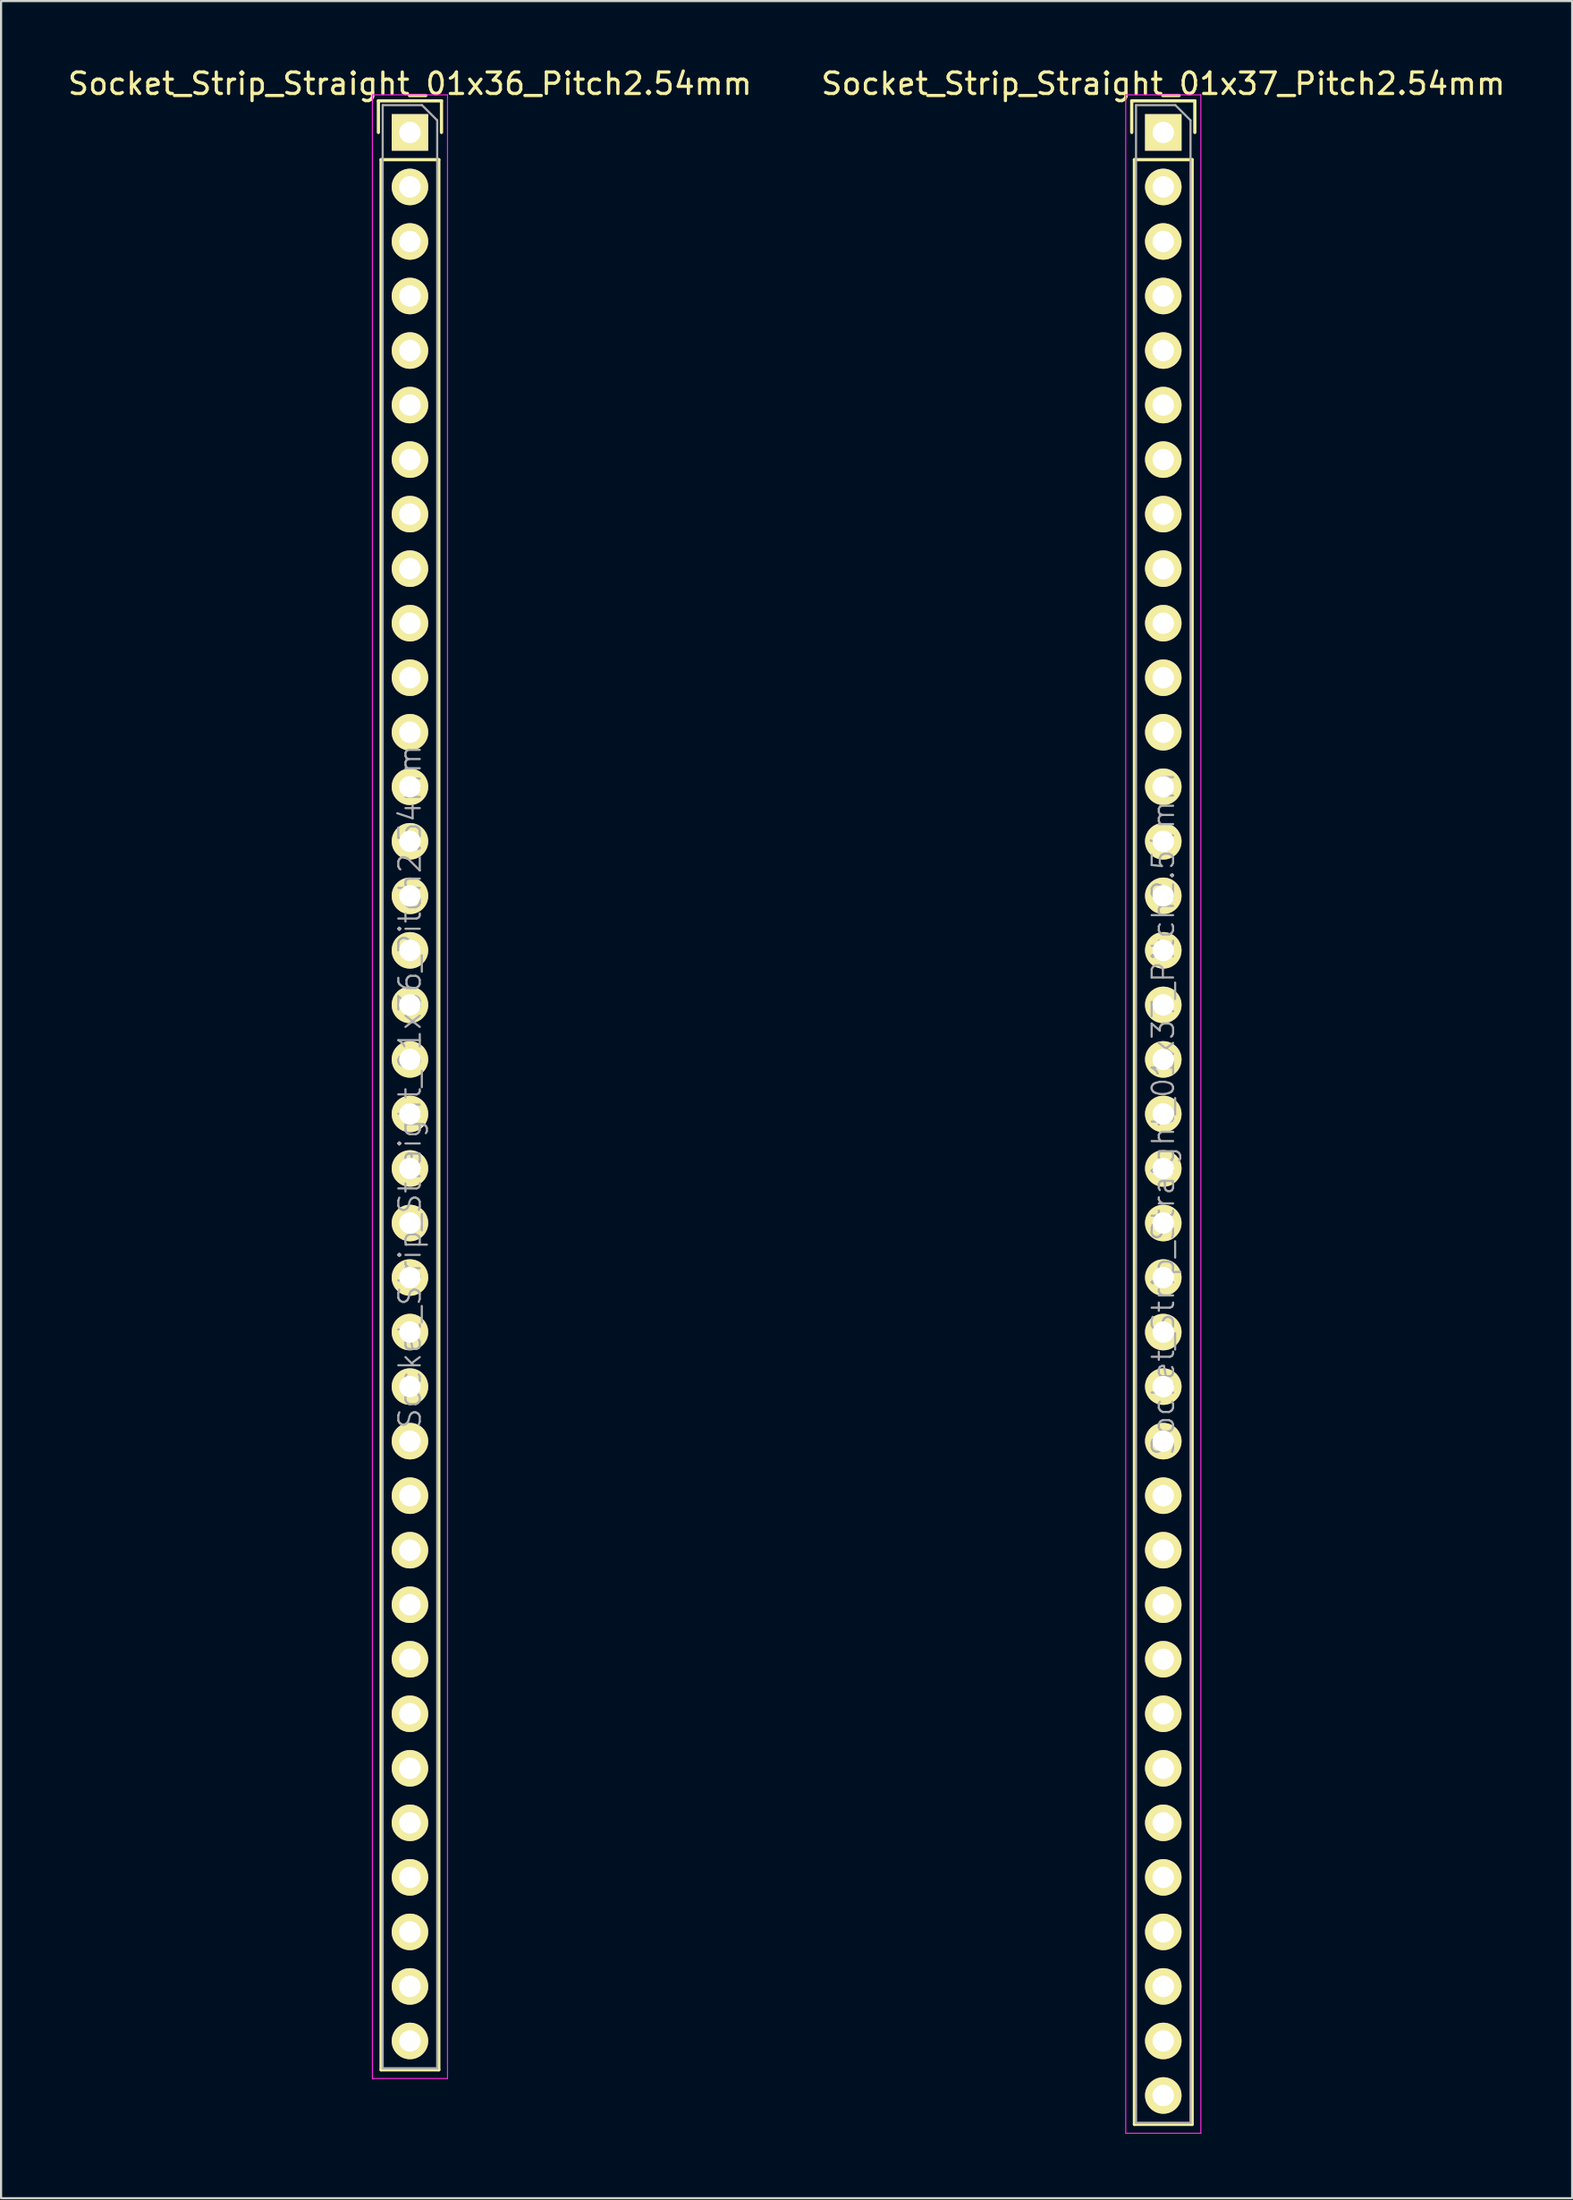
<source format=kicad_pcb>
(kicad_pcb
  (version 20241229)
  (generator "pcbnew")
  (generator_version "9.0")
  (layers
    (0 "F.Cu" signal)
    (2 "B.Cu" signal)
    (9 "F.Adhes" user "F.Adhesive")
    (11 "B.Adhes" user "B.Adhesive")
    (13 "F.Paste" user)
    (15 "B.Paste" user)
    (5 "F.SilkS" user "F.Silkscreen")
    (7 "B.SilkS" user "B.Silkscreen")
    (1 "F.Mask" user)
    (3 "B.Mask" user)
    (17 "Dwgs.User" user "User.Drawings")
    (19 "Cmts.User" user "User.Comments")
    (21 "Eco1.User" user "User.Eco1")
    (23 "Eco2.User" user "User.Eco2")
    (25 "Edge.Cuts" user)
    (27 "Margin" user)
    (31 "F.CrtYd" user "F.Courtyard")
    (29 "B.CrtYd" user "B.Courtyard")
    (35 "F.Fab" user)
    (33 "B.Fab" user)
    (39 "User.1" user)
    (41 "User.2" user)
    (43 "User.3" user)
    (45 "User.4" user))
  (footprint "Socket_Strip_Straight_01x36_Pitch2.54mm"
    (layer "F.Cu")
    (at 16.054 3.118)
    (property "Reference" "Socket_Strip_Straight_01x36_Pitch2.54mm" (at 0 -2.27 0) (layer "F.SilkS") (effects (font (size 1 1) (thickness 0.15))))
    (attr smd)
    (fp_line (start -1.47 -1.47) (end -1.47 0) (stroke (width 0.15) (type solid)) (layer "F.SilkS"))
    (fp_line (start -1.47 -1.47) (end 1.47 -1.47) (stroke (width 0.15) (type solid)) (layer "F.SilkS"))
    (fp_line (start -1.345 1.27) (end -1.345 90.245) (stroke (width 0.15) (type solid)) (layer "F.SilkS"))
    (fp_line (start -1.345 1.27) (end 1.345 1.27) (stroke (width 0.15) (type solid)) (layer "F.SilkS"))
    (fp_line (start -1.345 90.245) (end 1.345 90.245) (stroke (width 0.15) (type solid)) (layer "F.SilkS"))
    (fp_line (start 1.345 1.27) (end 1.345 90.245) (stroke (width 0.15) (type solid)) (layer "F.SilkS"))
    (fp_line (start 1.47 -1.47) (end 1.47 0) (stroke (width 0.15) (type solid)) (layer "F.SilkS"))
    (fp_line (start -1.75 -1.75) (end -1.75 90.65) (stroke (width 0.05) (type solid)) (layer "F.CrtYd"))
    (fp_line (start 1.75 -1.75) (end -1.75 -1.75) (stroke (width 0.05) (type solid)) (layer "F.CrtYd"))
    (fp_line (start 1.75 -1.75) (end 1.75 90.65) (stroke (width 0.05) (type solid)) (layer "F.CrtYd"))
    (fp_line (start 1.75 90.65) (end -1.75 90.65) (stroke (width 0.05) (type solid)) (layer "F.CrtYd"))
    (fp_line (start -1.27 -1.27) (end 0.563 -1.27) (stroke (width 0.1) (type solid)) (layer "F.Fab"))
    (fp_line (start -1.27 90.17) (end -1.27 -1.27) (stroke (width 0.1) (type solid)) (layer "F.Fab"))
    (fp_line (start -1.27 90.17) (end 1.27 90.17) (stroke (width 0.1) (type solid)) (layer "F.Fab"))
    (fp_line (start 1.27 -0.563) (end 0.563 -1.27) (stroke (width 0.1) (type solid)) (layer "F.Fab"))
    (fp_line (start 1.27 90.17) (end 1.27 -0.563) (stroke (width 0.1) (type solid)) (layer "F.Fab"))
    (fp_text user "${REFERENCE}" (at 0 44.45 90) (layer "F.Fab") (effects (font (size 1 1) (thickness 0.1))))
    (pad "1" thru_hole rect (at 0 0) (size 1.7 1.7) (drill 1) (layers "*.Cu" "*.Mask" "F.SilkS"))
    (pad "2" thru_hole oval (at 0 2.54) (size 1.7 1.7) (drill 1) (layers "*.Cu" "*.Mask" "F.SilkS"))
    (pad "3" thru_hole oval (at 0 5.08) (size 1.7 1.7) (drill 1) (layers "*.Cu" "*.Mask" "F.SilkS"))
    (pad "4" thru_hole oval (at 0 7.62) (size 1.7 1.7) (drill 1) (layers "*.Cu" "*.Mask" "F.SilkS"))
    (pad "5" thru_hole oval (at 0 10.16) (size 1.7 1.7) (drill 1) (layers "*.Cu" "*.Mask" "F.SilkS"))
    (pad "6" thru_hole oval (at 0 12.7) (size 1.7 1.7) (drill 1) (layers "*.Cu" "*.Mask" "F.SilkS"))
    (pad "7" thru_hole oval (at 0 15.24) (size 1.7 1.7) (drill 1) (layers "*.Cu" "*.Mask" "F.SilkS"))
    (pad "8" thru_hole oval (at 0 17.78) (size 1.7 1.7) (drill 1) (layers "*.Cu" "*.Mask" "F.SilkS"))
    (pad "9" thru_hole oval (at 0 20.32) (size 1.7 1.7) (drill 1) (layers "*.Cu" "*.Mask" "F.SilkS"))
    (pad "10" thru_hole oval (at 0 22.86) (size 1.7 1.7) (drill 1) (layers "*.Cu" "*.Mask" "F.SilkS"))
    (pad "11" thru_hole oval (at 0 25.4) (size 1.7 1.7) (drill 1) (layers "*.Cu" "*.Mask" "F.SilkS"))
    (pad "12" thru_hole oval (at 0 27.94) (size 1.7 1.7) (drill 1) (layers "*.Cu" "*.Mask" "F.SilkS"))
    (pad "13" thru_hole oval (at 0 30.48) (size 1.7 1.7) (drill 1) (layers "*.Cu" "*.Mask" "F.SilkS"))
    (pad "14" thru_hole oval (at 0 33.02) (size 1.7 1.7) (drill 1) (layers "*.Cu" "*.Mask" "F.SilkS"))
    (pad "15" thru_hole oval (at 0 35.56) (size 1.7 1.7) (drill 1) (layers "*.Cu" "*.Mask" "F.SilkS"))
    (pad "16" thru_hole oval (at 0 38.1) (size 1.7 1.7) (drill 1) (layers "*.Cu" "*.Mask" "F.SilkS"))
    (pad "17" thru_hole oval (at 0 40.64) (size 1.7 1.7) (drill 1) (layers "*.Cu" "*.Mask" "F.SilkS"))
    (pad "18" thru_hole oval (at 0 43.18) (size 1.7 1.7) (drill 1) (layers "*.Cu" "*.Mask" "F.SilkS"))
    (pad "19" thru_hole oval (at 0 45.72) (size 1.7 1.7) (drill 1) (layers "*.Cu" "*.Mask" "F.SilkS"))
    (pad "20" thru_hole oval (at 0 48.26) (size 1.7 1.7) (drill 1) (layers "*.Cu" "*.Mask" "F.SilkS"))
    (pad "21" thru_hole oval (at 0 50.8) (size 1.7 1.7) (drill 1) (layers "*.Cu" "*.Mask" "F.SilkS"))
    (pad "22" thru_hole oval (at 0 53.34) (size 1.7 1.7) (drill 1) (layers "*.Cu" "*.Mask" "F.SilkS"))
    (pad "23" thru_hole oval (at 0 55.88) (size 1.7 1.7) (drill 1) (layers "*.Cu" "*.Mask" "F.SilkS"))
    (pad "24" thru_hole oval (at 0 58.42) (size 1.7 1.7) (drill 1) (layers "*.Cu" "*.Mask" "F.SilkS"))
    (pad "25" thru_hole oval (at 0 60.96) (size 1.7 1.7) (drill 1) (layers "*.Cu" "*.Mask" "F.SilkS"))
    (pad "26" thru_hole oval (at 0 63.5) (size 1.7 1.7) (drill 1) (layers "*.Cu" "*.Mask" "F.SilkS"))
    (pad "27" thru_hole oval (at 0 66.04) (size 1.7 1.7) (drill 1) (layers "*.Cu" "*.Mask" "F.SilkS"))
    (pad "28" thru_hole oval (at 0 68.58) (size 1.7 1.7) (drill 1) (layers "*.Cu" "*.Mask" "F.SilkS"))
    (pad "29" thru_hole oval (at 0 71.12) (size 1.7 1.7) (drill 1) (layers "*.Cu" "*.Mask" "F.SilkS"))
    (pad "30" thru_hole oval (at 0 73.66) (size 1.7 1.7) (drill 1) (layers "*.Cu" "*.Mask" "F.SilkS"))
    (pad "31" thru_hole oval (at 0 76.2) (size 1.7 1.7) (drill 1) (layers "*.Cu" "*.Mask" "F.SilkS"))
    (pad "32" thru_hole oval (at 0 78.74) (size 1.7 1.7) (drill 1) (layers "*.Cu" "*.Mask" "F.SilkS"))
    (pad "33" thru_hole oval (at 0 81.28) (size 1.7 1.7) (drill 1) (layers "*.Cu" "*.Mask" "F.SilkS"))
    (pad "34" thru_hole oval (at 0 83.82) (size 1.7 1.7) (drill 1) (layers "*.Cu" "*.Mask" "F.SilkS"))
    (pad "35" thru_hole oval (at 0 86.36) (size 1.7 1.7) (drill 1) (layers "*.Cu" "*.Mask" "F.SilkS"))
    (pad "36" thru_hole oval (at 0 88.9) (size 1.7 1.7) (drill 1) (layers "*.Cu" "*.Mask" "F.SilkS")))
  (footprint "Socket_Strip_Straight_01x37_Pitch2.54mm"
    (layer "F.Cu")
    (at 51.161 3.118)
    (property "Reference" "Socket_Strip_Straight_01x37_Pitch2.54mm" (at 0 -2.27 0) (layer "F.SilkS") (effects (font (size 1 1) (thickness 0.15))))
    (attr smd)
    (fp_line (start -1.47 -1.47) (end -1.47 0) (stroke (width 0.15) (type solid)) (layer "F.SilkS"))
    (fp_line (start -1.47 -1.47) (end 1.47 -1.47) (stroke (width 0.15) (type solid)) (layer "F.SilkS"))
    (fp_line (start -1.345 1.27) (end -1.345 92.785) (stroke (width 0.15) (type solid)) (layer "F.SilkS"))
    (fp_line (start -1.345 1.27) (end 1.345 1.27) (stroke (width 0.15) (type solid)) (layer "F.SilkS"))
    (fp_line (start -1.345 92.785) (end 1.345 92.785) (stroke (width 0.15) (type solid)) (layer "F.SilkS"))
    (fp_line (start 1.345 1.27) (end 1.345 92.785) (stroke (width 0.15) (type solid)) (layer "F.SilkS"))
    (fp_line (start 1.47 -1.47) (end 1.47 0) (stroke (width 0.15) (type solid)) (layer "F.SilkS"))
    (fp_line (start -1.75 -1.75) (end -1.75 93.2) (stroke (width 0.05) (type solid)) (layer "F.CrtYd"))
    (fp_line (start 1.75 -1.75) (end -1.75 -1.75) (stroke (width 0.05) (type solid)) (layer "F.CrtYd"))
    (fp_line (start 1.75 -1.75) (end 1.75 93.2) (stroke (width 0.05) (type solid)) (layer "F.CrtYd"))
    (fp_line (start 1.75 93.2) (end -1.75 93.2) (stroke (width 0.05) (type solid)) (layer "F.CrtYd"))
    (fp_line (start -1.27 -1.27) (end 0.563 -1.27) (stroke (width 0.1) (type solid)) (layer "F.Fab"))
    (fp_line (start -1.27 92.71) (end -1.27 -1.27) (stroke (width 0.1) (type solid)) (layer "F.Fab"))
    (fp_line (start -1.27 92.71) (end 1.27 92.71) (stroke (width 0.1) (type solid)) (layer "F.Fab"))
    (fp_line (start 1.27 -0.563) (end 0.563 -1.27) (stroke (width 0.1) (type solid)) (layer "F.Fab"))
    (fp_line (start 1.27 92.71) (end 1.27 -0.563) (stroke (width 0.1) (type solid)) (layer "F.Fab"))
    (fp_text user "${REFERENCE}" (at 0 45.72 90) (layer "F.Fab") (effects (font (size 1 1) (thickness 0.1))))
    (pad "1" thru_hole rect (at 0 0) (size 1.7 1.7) (drill 1) (layers "*.Cu" "*.Mask" "F.SilkS"))
    (pad "2" thru_hole oval (at 0 2.54) (size 1.7 1.7) (drill 1) (layers "*.Cu" "*.Mask" "F.SilkS"))
    (pad "3" thru_hole oval (at 0 5.08) (size 1.7 1.7) (drill 1) (layers "*.Cu" "*.Mask" "F.SilkS"))
    (pad "4" thru_hole oval (at 0 7.62) (size 1.7 1.7) (drill 1) (layers "*.Cu" "*.Mask" "F.SilkS"))
    (pad "5" thru_hole oval (at 0 10.16) (size 1.7 1.7) (drill 1) (layers "*.Cu" "*.Mask" "F.SilkS"))
    (pad "6" thru_hole oval (at 0 12.7) (size 1.7 1.7) (drill 1) (layers "*.Cu" "*.Mask" "F.SilkS"))
    (pad "7" thru_hole oval (at 0 15.24) (size 1.7 1.7) (drill 1) (layers "*.Cu" "*.Mask" "F.SilkS"))
    (pad "8" thru_hole oval (at 0 17.78) (size 1.7 1.7) (drill 1) (layers "*.Cu" "*.Mask" "F.SilkS"))
    (pad "9" thru_hole oval (at 0 20.32) (size 1.7 1.7) (drill 1) (layers "*.Cu" "*.Mask" "F.SilkS"))
    (pad "10" thru_hole oval (at 0 22.86) (size 1.7 1.7) (drill 1) (layers "*.Cu" "*.Mask" "F.SilkS"))
    (pad "11" thru_hole oval (at 0 25.4) (size 1.7 1.7) (drill 1) (layers "*.Cu" "*.Mask" "F.SilkS"))
    (pad "12" thru_hole oval (at 0 27.94) (size 1.7 1.7) (drill 1) (layers "*.Cu" "*.Mask" "F.SilkS"))
    (pad "13" thru_hole oval (at 0 30.48) (size 1.7 1.7) (drill 1) (layers "*.Cu" "*.Mask" "F.SilkS"))
    (pad "14" thru_hole oval (at 0 33.02) (size 1.7 1.7) (drill 1) (layers "*.Cu" "*.Mask" "F.SilkS"))
    (pad "15" thru_hole oval (at 0 35.56) (size 1.7 1.7) (drill 1) (layers "*.Cu" "*.Mask" "F.SilkS"))
    (pad "16" thru_hole oval (at 0 38.1) (size 1.7 1.7) (drill 1) (layers "*.Cu" "*.Mask" "F.SilkS"))
    (pad "17" thru_hole oval (at 0 40.64) (size 1.7 1.7) (drill 1) (layers "*.Cu" "*.Mask" "F.SilkS"))
    (pad "18" thru_hole oval (at 0 43.18) (size 1.7 1.7) (drill 1) (layers "*.Cu" "*.Mask" "F.SilkS"))
    (pad "19" thru_hole oval (at 0 45.72) (size 1.7 1.7) (drill 1) (layers "*.Cu" "*.Mask" "F.SilkS"))
    (pad "20" thru_hole oval (at 0 48.26) (size 1.7 1.7) (drill 1) (layers "*.Cu" "*.Mask" "F.SilkS"))
    (pad "21" thru_hole oval (at 0 50.8) (size 1.7 1.7) (drill 1) (layers "*.Cu" "*.Mask" "F.SilkS"))
    (pad "22" thru_hole oval (at 0 53.34) (size 1.7 1.7) (drill 1) (layers "*.Cu" "*.Mask" "F.SilkS"))
    (pad "23" thru_hole oval (at 0 55.88) (size 1.7 1.7) (drill 1) (layers "*.Cu" "*.Mask" "F.SilkS"))
    (pad "24" thru_hole oval (at 0 58.42) (size 1.7 1.7) (drill 1) (layers "*.Cu" "*.Mask" "F.SilkS"))
    (pad "25" thru_hole oval (at 0 60.96) (size 1.7 1.7) (drill 1) (layers "*.Cu" "*.Mask" "F.SilkS"))
    (pad "26" thru_hole oval (at 0 63.5) (size 1.7 1.7) (drill 1) (layers "*.Cu" "*.Mask" "F.SilkS"))
    (pad "27" thru_hole oval (at 0 66.04) (size 1.7 1.7) (drill 1) (layers "*.Cu" "*.Mask" "F.SilkS"))
    (pad "28" thru_hole oval (at 0 68.58) (size 1.7 1.7) (drill 1) (layers "*.Cu" "*.Mask" "F.SilkS"))
    (pad "29" thru_hole oval (at 0 71.12) (size 1.7 1.7) (drill 1) (layers "*.Cu" "*.Mask" "F.SilkS"))
    (pad "30" thru_hole oval (at 0 73.66) (size 1.7 1.7) (drill 1) (layers "*.Cu" "*.Mask" "F.SilkS"))
    (pad "31" thru_hole oval (at 0 76.2) (size 1.7 1.7) (drill 1) (layers "*.Cu" "*.Mask" "F.SilkS"))
    (pad "32" thru_hole oval (at 0 78.74) (size 1.7 1.7) (drill 1) (layers "*.Cu" "*.Mask" "F.SilkS"))
    (pad "33" thru_hole oval (at 0 81.28) (size 1.7 1.7) (drill 1) (layers "*.Cu" "*.Mask" "F.SilkS"))
    (pad "34" thru_hole oval (at 0 83.82) (size 1.7 1.7) (drill 1) (layers "*.Cu" "*.Mask" "F.SilkS"))
    (pad "35" thru_hole oval (at 0 86.36) (size 1.7 1.7) (drill 1) (layers "*.Cu" "*.Mask" "F.SilkS"))
    (pad "36" thru_hole oval (at 0 88.9) (size 1.7 1.7) (drill 1) (layers "*.Cu" "*.Mask" "F.SilkS"))
    (pad "37" thru_hole oval (at 0 91.44) (size 1.7 1.7) (drill 1) (layers "*.Cu" "*.Mask" "F.SilkS")))
  (gr_rect
    (start -3 -3)
    (end 70.214 99.343)
    (stroke (width 0.1) (type default))
    (fill no)
    (layer "Edge.Cuts")))
</source>
